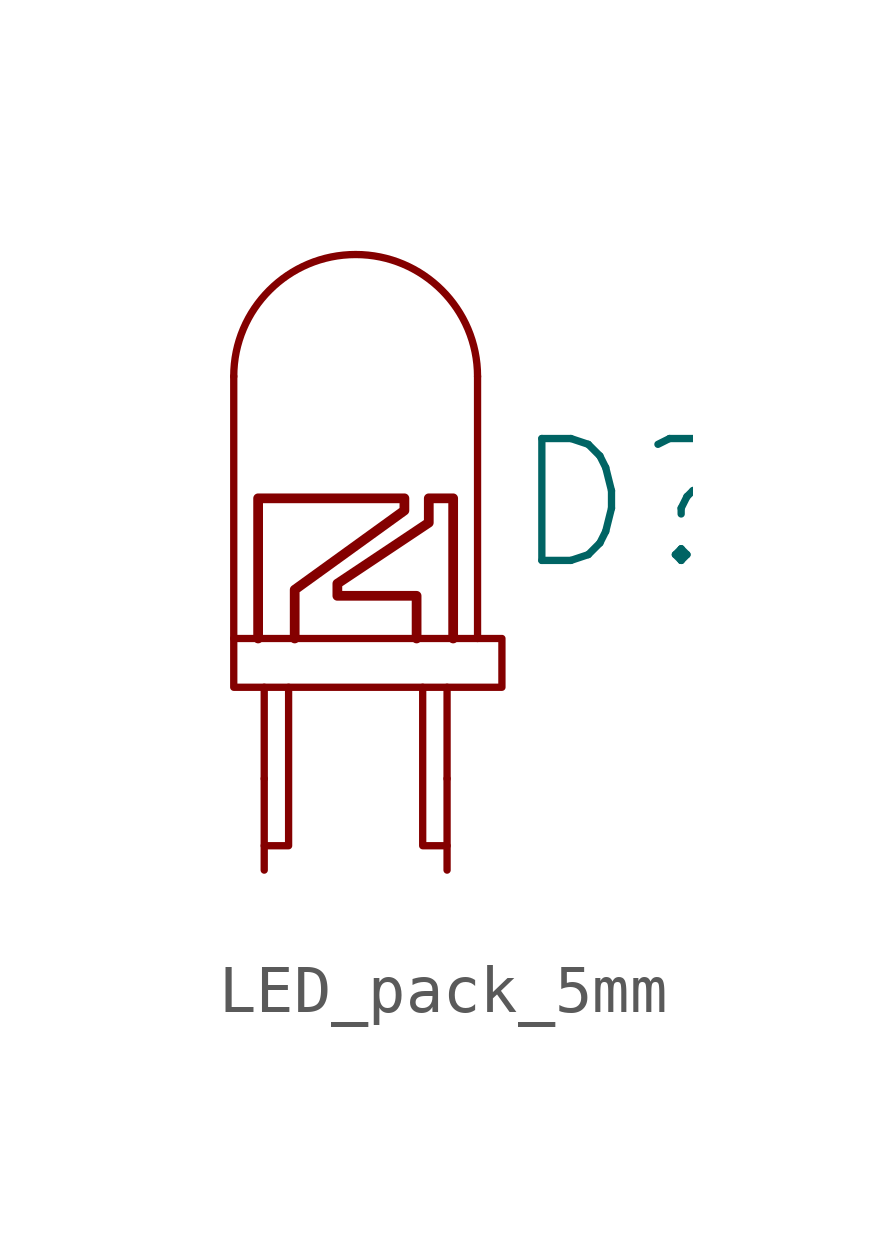
<source format=kicad_sym>
(kicad_symbol_lib
  (version 20220914)
  (generator kicad_symbol_editor)
  (symbol "LED_pack_5mm"
    (pin_names
      (offset 1.016))
    (property "Reference" "D"
      (at 5.08 7.62 0)
      (effects (font (size 2.54 2.54)) (justify left)))
    (symbol "LED_pack_5mm_0_1"
      (polyline (pts (xy -0.635 10.287) (xy -0.635 4.826)) (stroke (width 0) (type default)) (fill (type none)))
      (polyline (pts (xy 0 1.905) (xy 0 3.81)) (stroke (width 0) (type default)) (fill (type none)))
      (polyline (pts (xy 3.81 1.905) (xy 3.81 3.81)) (stroke (width 0) (type default)) (fill (type none)))
      (polyline (pts (xy 4.445 10.287) (xy 4.445 4.826)) (stroke (width 0) (type default)) (fill (type none)))
      (polyline (pts (xy 0 0.508) (xy 0.508 0.508) (xy 0.508 3.81)) (stroke (width 0) (type default)) (fill (type none)))
      (polyline (pts (xy 3.81 0.508) (xy 3.302 0.508) (xy 3.302 3.81)) (stroke (width 0) (type default)) (fill (type none)))
      (polyline (pts (xy -0.127 4.826) (xy -0.127 7.747) (xy 2.921 7.747) (xy 2.921 7.493) (xy 0.635 5.842) (xy 0.635 4.826)) (stroke (width 0.203) (type default)) (fill (type none)))
      (polyline (pts (xy 4.445 4.826) (xy -0.635 4.826) (xy -0.635 3.81) (xy 4.953 3.81) (xy 4.953 4.826) (xy 4.445 4.826)) (stroke (width 0) (type default)) (fill (type none)))
      (polyline (pts (xy 3.937 4.826) (xy 3.937 7.747) (xy 3.429 7.747) (xy 3.429 7.239) (xy 1.524 5.969) (xy 1.524 5.715) (xy 3.175 5.715) (xy 3.175 4.826)) (stroke (width 0.203) (type default)) (fill (type none)))
      (arc (start 4.445 10.287) (mid 1.905 12.816) (end -0.635 10.287) (stroke (width 0) (type default)) (fill (type none))))
    (symbol "LED_pack_5mm_1_1"
      (pin input line (at 0 0 90) (length 1.905) (name "" (effects (font (size 1.27 1.27)))) (number "" (effects (font (size 1.143 1.143)))))
      (pin input line (at 3.81 0 90) (length 1.905) (name "" (effects (font (size 1.27 1.27)))) (number "" (effects (font (size 1.143 1.143))))))))
</source>
